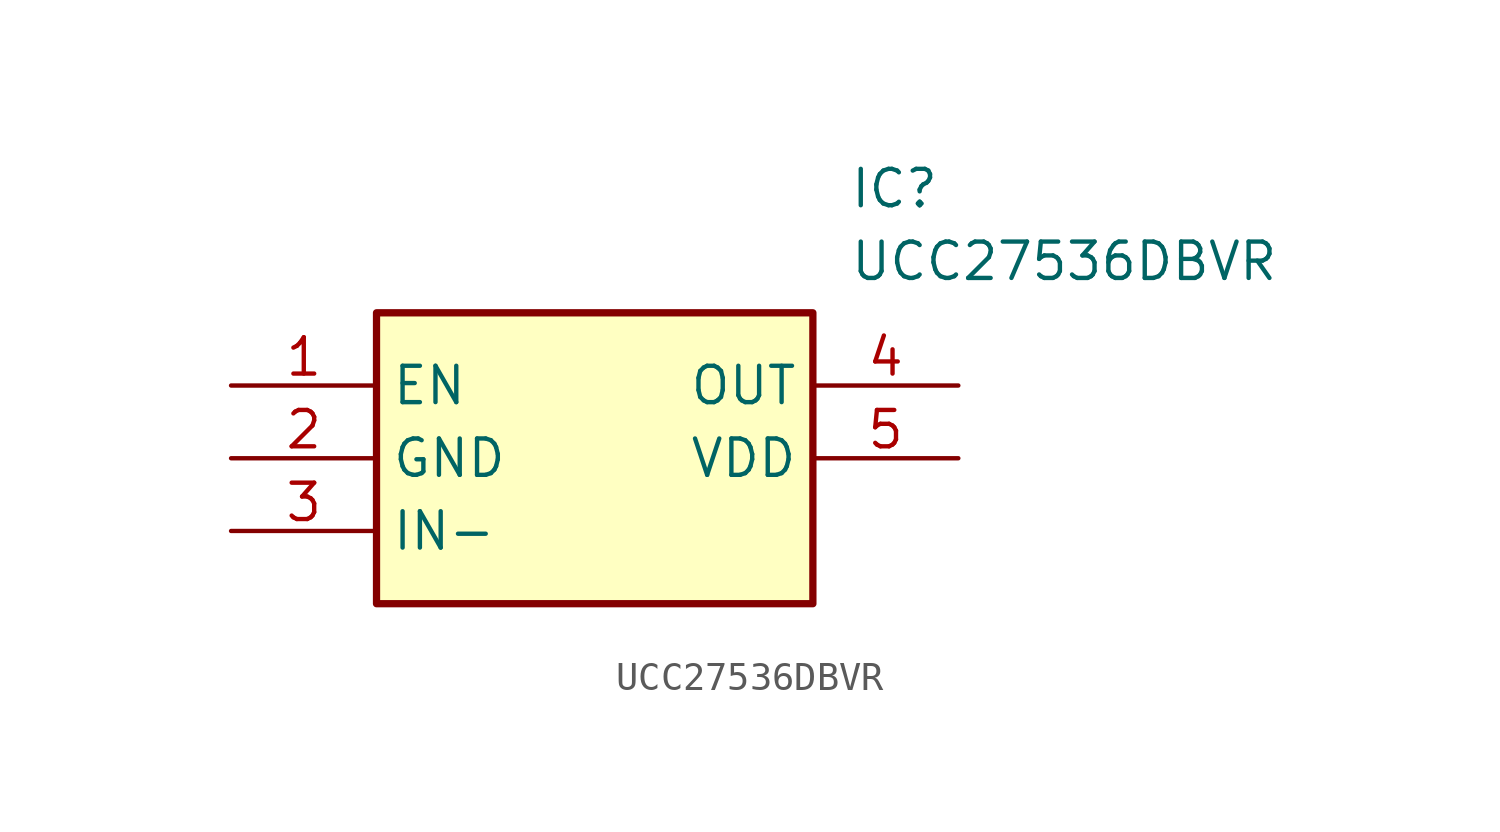
<source format=kicad_sym>
(kicad_symbol_lib
  (version 20220914)
  (generator kicad_symbol_editor)
  (symbol "UCC27536DBVR"
    (property "Reference" "IC"
      (at 21.59 7.62 0)
      (effects (font (size 1.27 1.27)) (justify left top)))
    (property "Value" "UCC27536DBVR"
      (at 21.59 5.08 0)
      (effects (font (size 1.27 1.27)) (justify left top)))
    (symbol "UCC27536DBVR_1_1"
      (rectangle (start 5.08 2.54) (end 20.32 -7.62) (stroke (width 0.254) (type default)) (fill (type background)))
      (pin passive line (at 0 0 0) (length 5.08) (name "EN" (effects (font (size 1.27 1.27)))) (number "1" (effects (font (size 1.27 1.27)))))
      (pin passive line (at 0 -2.54 0) (length 5.08) (name "GND" (effects (font (size 1.27 1.27)))) (number "2" (effects (font (size 1.27 1.27)))))
      (pin passive line (at 0 -5.08 0) (length 5.08) (name "IN-" (effects (font (size 1.27 1.27)))) (number "3" (effects (font (size 1.27 1.27)))))
      (pin passive line (at 25.4 0 180) (length 5.08) (name "OUT" (effects (font (size 1.27 1.27)))) (number "4" (effects (font (size 1.27 1.27)))))
      (pin passive line (at 25.4 -2.54 180) (length 5.08) (name "VDD" (effects (font (size 1.27 1.27)))) (number "5" (effects (font (size 1.27 1.27))))))))
</source>
